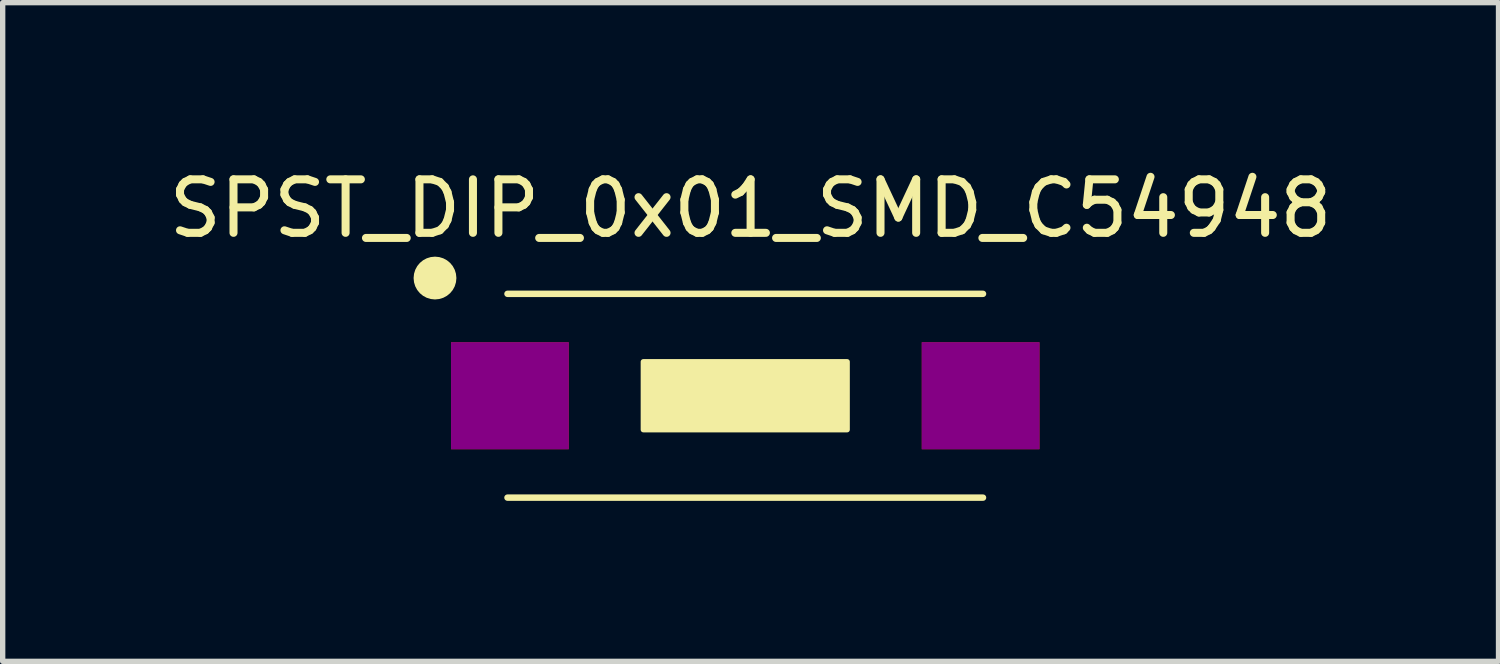
<source format=kicad_pcb>
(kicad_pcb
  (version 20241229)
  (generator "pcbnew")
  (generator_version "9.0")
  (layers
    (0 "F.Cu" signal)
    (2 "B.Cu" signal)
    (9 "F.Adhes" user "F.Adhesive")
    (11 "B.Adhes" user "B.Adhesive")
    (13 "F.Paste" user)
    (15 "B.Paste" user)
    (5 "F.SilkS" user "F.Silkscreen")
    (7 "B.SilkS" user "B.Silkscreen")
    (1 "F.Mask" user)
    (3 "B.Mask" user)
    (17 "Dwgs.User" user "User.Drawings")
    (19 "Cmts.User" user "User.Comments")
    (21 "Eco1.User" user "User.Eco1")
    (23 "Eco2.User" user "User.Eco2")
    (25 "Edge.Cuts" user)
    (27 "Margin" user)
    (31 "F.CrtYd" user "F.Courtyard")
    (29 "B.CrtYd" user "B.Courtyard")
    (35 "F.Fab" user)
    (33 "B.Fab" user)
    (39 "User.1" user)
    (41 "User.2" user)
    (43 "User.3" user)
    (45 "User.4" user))
  (footprint "SPST_DIP_0x01_SMD_C54948"
    (layer "F.Cu")
    (at 10.882 4.348)
    (property "Reference" "SPST_DIP_0x01_SMD_C54948" (at 0.1 -3.5 0) (layer "F.SilkS") (effects (font (size 1 1) (thickness 0.15))))
    (attr through_hole)
    (fp_line (start -4.445 -1.905) (end 4.445 -1.905) (stroke (width 0.12) (type solid)) (layer "F.SilkS"))
    (fp_line (start -4.445 1.905) (end 4.445 1.905) (stroke (width 0.12) (type solid)) (layer "F.SilkS"))
    (fp_circle (center -5.8 -2.2) (end -5.6 -2.2) (stroke (width 0.4) (type solid)) (fill no) (layer "F.SilkS"))
    (fp_poly (pts (xy 1.905 0.635) (xy -1.905 0.635) (xy -1.905 -0.635) (xy 1.905 -0.635)) (stroke (width 0.1) (type solid)) (fill yes) (layer "F.SilkS"))
    (pad "1" smd rect (at -4.4 0) (size 2.2 2) (layers "F.Cu" "F.Mask" "F.Adhes" "F.Paste"))
    (pad "2" smd rect (at 4.4 0) (size 2.2 2) (layers "F.Cu" "F.Mask" "F.Adhes" "F.Paste")))
  (gr_rect
    (start -3 -3)
    (end 24.964 9.313)
    (stroke (width 0.1) (type default))
    (fill no)
    (layer "Edge.Cuts")))
</source>
